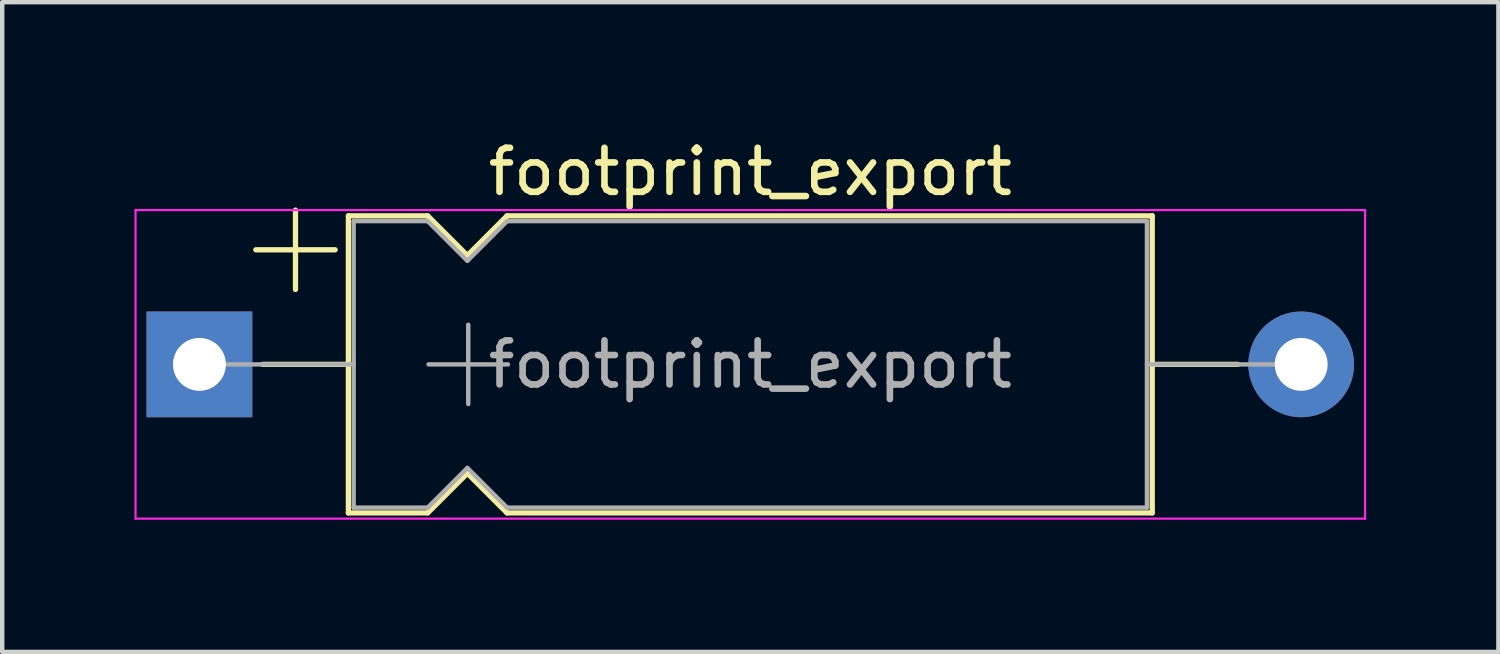
<source format=kicad_pcb>
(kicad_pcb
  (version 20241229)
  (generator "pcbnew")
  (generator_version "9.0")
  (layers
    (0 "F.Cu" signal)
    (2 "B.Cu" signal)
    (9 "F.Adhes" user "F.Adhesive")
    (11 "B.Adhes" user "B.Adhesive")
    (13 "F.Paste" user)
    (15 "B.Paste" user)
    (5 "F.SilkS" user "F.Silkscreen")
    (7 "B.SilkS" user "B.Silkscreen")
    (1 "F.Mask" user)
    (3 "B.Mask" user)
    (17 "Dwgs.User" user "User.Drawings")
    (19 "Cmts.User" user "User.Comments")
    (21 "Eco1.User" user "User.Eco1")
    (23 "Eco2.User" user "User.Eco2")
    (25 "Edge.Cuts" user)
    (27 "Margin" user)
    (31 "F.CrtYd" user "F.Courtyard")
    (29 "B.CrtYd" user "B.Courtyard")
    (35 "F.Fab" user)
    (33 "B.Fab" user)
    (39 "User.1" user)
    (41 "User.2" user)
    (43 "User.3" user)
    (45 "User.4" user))
  (footprint "footprint_export"
    (layer "F.Cu")
    (at 1.475 5.218)
    (property "Reference" "footprint_export" (at 12.5 -4.37 0) (layer "F.SilkS") (effects (font (size 1 1) (thickness 0.15))))
    (attr through_hole)
    (fp_line (start 1.28 -2.6) (end 3.08 -2.6) (stroke (width 0.12) (type solid)) (layer "F.SilkS"))
    (fp_line (start 1.44 0) (end 3.38 0) (stroke (width 0.12) (type solid)) (layer "F.SilkS"))
    (fp_line (start 2.18 -3.5) (end 2.18 -1.7) (stroke (width 0.12) (type solid)) (layer "F.SilkS"))
    (fp_line (start 3.38 -3.37) (end 3.38 3.37) (stroke (width 0.12) (type solid)) (layer "F.SilkS"))
    (fp_line (start 3.38 -3.37) (end 5.18 -3.37) (stroke (width 0.12) (type solid)) (layer "F.SilkS"))
    (fp_line (start 3.38 3.37) (end 5.18 3.37) (stroke (width 0.12) (type solid)) (layer "F.SilkS"))
    (fp_line (start 5.18 -3.37) (end 6.08 -2.47) (stroke (width 0.12) (type solid)) (layer "F.SilkS"))
    (fp_line (start 5.18 3.37) (end 6.08 2.47) (stroke (width 0.12) (type solid)) (layer "F.SilkS"))
    (fp_line (start 6.08 -2.47) (end 6.98 -3.37) (stroke (width 0.12) (type solid)) (layer "F.SilkS"))
    (fp_line (start 6.08 2.47) (end 6.98 3.37) (stroke (width 0.12) (type solid)) (layer "F.SilkS"))
    (fp_line (start 6.98 -3.37) (end 21.62 -3.37) (stroke (width 0.12) (type solid)) (layer "F.SilkS"))
    (fp_line (start 6.98 3.37) (end 21.62 3.37) (stroke (width 0.12) (type solid)) (layer "F.SilkS"))
    (fp_line (start 21.62 -3.37) (end 21.62 3.37) (stroke (width 0.12) (type solid)) (layer "F.SilkS"))
    (fp_line (start 23.56 0) (end 21.62 0) (stroke (width 0.12) (type solid)) (layer "F.SilkS"))
    (fp_line (start -1.45 -3.5) (end -1.45 3.5) (stroke (width 0.05) (type solid)) (layer "F.CrtYd"))
    (fp_line (start -1.45 3.5) (end 26.45 3.5) (stroke (width 0.05) (type solid)) (layer "F.CrtYd"))
    (fp_line (start 26.45 -3.5) (end -1.45 -3.5) (stroke (width 0.05) (type solid)) (layer "F.CrtYd"))
    (fp_line (start 26.45 3.5) (end 26.45 -3.5) (stroke (width 0.05) (type solid)) (layer "F.CrtYd"))
    (fp_line (start 0 0) (end 3.5 0) (stroke (width 0.1) (type solid)) (layer "F.Fab"))
    (fp_line (start 3.5 -3.25) (end 3.5 3.25) (stroke (width 0.1) (type solid)) (layer "F.Fab"))
    (fp_line (start 3.5 -3.25) (end 5.18 -3.25) (stroke (width 0.1) (type solid)) (layer "F.Fab"))
    (fp_line (start 3.5 3.25) (end 5.18 3.25) (stroke (width 0.1) (type solid)) (layer "F.Fab"))
    (fp_line (start 5.18 -3.25) (end 6.08 -2.35) (stroke (width 0.1) (type solid)) (layer "F.Fab"))
    (fp_line (start 5.18 3.25) (end 6.08 2.35) (stroke (width 0.1) (type solid)) (layer "F.Fab"))
    (fp_line (start 5.2 0) (end 7 0) (stroke (width 0.1) (type solid)) (layer "F.Fab"))
    (fp_line (start 6.08 -2.35) (end 6.98 -3.25) (stroke (width 0.1) (type solid)) (layer "F.Fab"))
    (fp_line (start 6.08 2.35) (end 6.98 3.25) (stroke (width 0.1) (type solid)) (layer "F.Fab"))
    (fp_line (start 6.1 -0.9) (end 6.1 0.9) (stroke (width 0.1) (type solid)) (layer "F.Fab"))
    (fp_line (start 6.98 -3.25) (end 21.5 -3.25) (stroke (width 0.1) (type solid)) (layer "F.Fab"))
    (fp_line (start 6.98 3.25) (end 21.5 3.25) (stroke (width 0.1) (type solid)) (layer "F.Fab"))
    (fp_line (start 21.5 -3.25) (end 21.5 3.25) (stroke (width 0.1) (type solid)) (layer "F.Fab"))
    (fp_line (start 25 0) (end 21.5 0) (stroke (width 0.1) (type solid)) (layer "F.Fab"))
    (fp_text user "${REFERENCE}" (at 12.5 0 0) (layer "F.Fab") (effects (font (size 1 1) (thickness 0.15))))
    (pad "1" thru_hole rect (at 0 0) (size 2.4 2.4) (drill 1.2) (layers "*.Cu" "*.Mask"))
    (pad "2" thru_hole oval (at 25 0) (size 2.4 2.4) (drill 1.2) (layers "*.Cu" "*.Mask")))
  (gr_rect
    (start -3 -3)
    (end 30.95 11.743)
    (stroke (width 0.1) (type default))
    (fill no)
    (layer "Edge.Cuts")))
</source>
